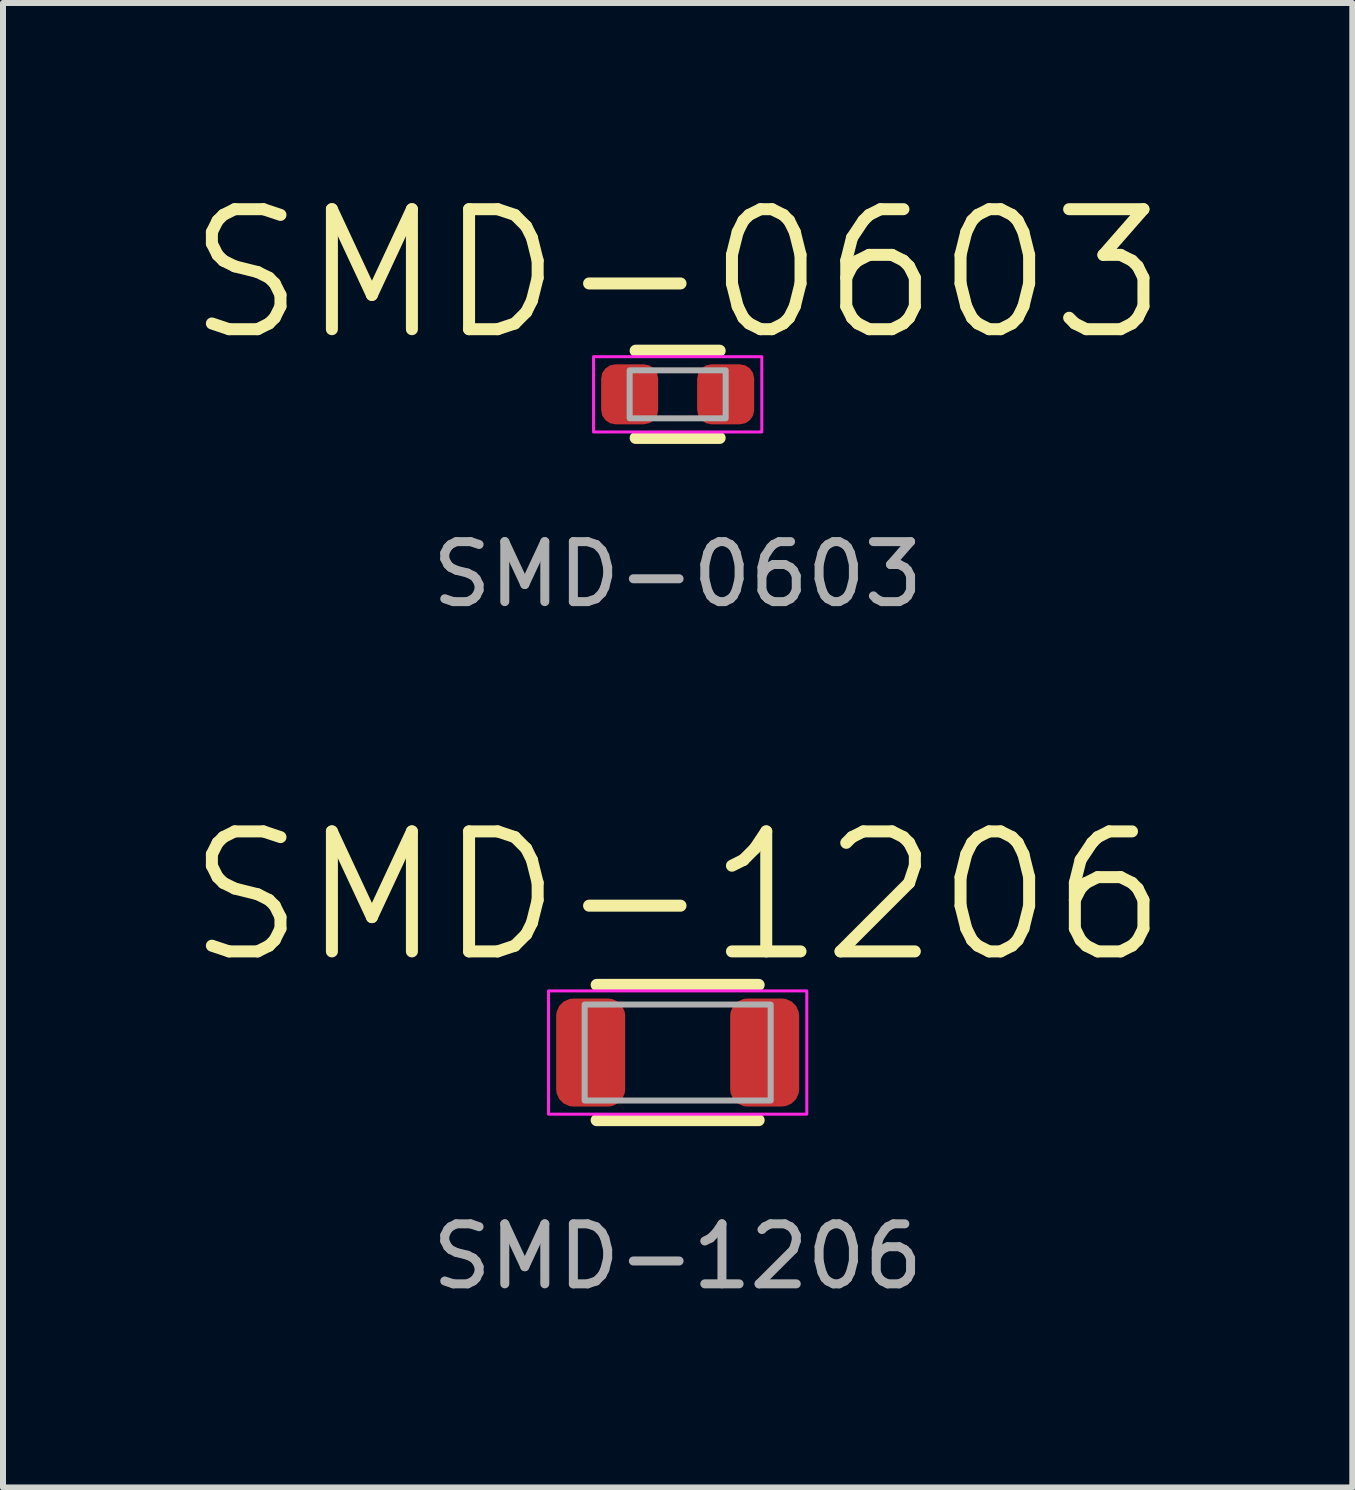
<source format=kicad_pcb>
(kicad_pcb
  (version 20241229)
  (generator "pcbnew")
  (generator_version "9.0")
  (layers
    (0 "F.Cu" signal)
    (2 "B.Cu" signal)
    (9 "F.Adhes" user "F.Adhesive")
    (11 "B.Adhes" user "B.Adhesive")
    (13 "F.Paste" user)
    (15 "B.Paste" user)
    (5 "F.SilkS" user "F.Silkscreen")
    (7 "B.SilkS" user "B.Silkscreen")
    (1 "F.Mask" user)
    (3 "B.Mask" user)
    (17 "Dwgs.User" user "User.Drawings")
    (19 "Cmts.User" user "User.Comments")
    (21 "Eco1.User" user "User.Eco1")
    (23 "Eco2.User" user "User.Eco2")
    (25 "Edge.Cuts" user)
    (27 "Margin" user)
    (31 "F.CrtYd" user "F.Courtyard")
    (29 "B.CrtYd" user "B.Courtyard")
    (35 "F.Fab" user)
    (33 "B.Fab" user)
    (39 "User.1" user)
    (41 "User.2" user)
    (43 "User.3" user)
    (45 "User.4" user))
  (footprint "SMD-1206"
    (layer "F.Cu")
    (at 8.243 14.49)
    (property "Reference" "SMD-1206" (at 0 -2.6 0) (unlocked yes) (layer "F.SilkS") (effects (font (size 2 2) (thickness 0.2) (bold yes))))
    (property "Description" "" (at 0 0 0) (unlocked yes) (layer "F.Fab") (effects (font (size 1 1) (thickness 0.15))))
    (attr smd)
    (fp_line (start 1.35 -1.127) (end -1.35 -1.127) (stroke (width 0.2) (type default)) (layer "F.SilkS"))
    (fp_line (start 1.35 1.127) (end -1.35 1.127) (stroke (width 0.2) (type default)) (layer "F.SilkS"))
    (fp_rect (start -2.152 -1.027) (end 2.152 1.027) (stroke (width 0.05) (type default)) (fill no) (layer "F.CrtYd"))
    (fp_rect (start -1.55 0.8) (end 1.55 -0.8) (stroke (width 0.1) (type default)) (fill no) (layer "F.Fab"))
    (fp_text user "${REFERENCE}" (at 0 3.4 0) (unlocked yes) (layer "F.Fab") (effects (font (size 1 1) (thickness 0.15))))
    (pad "1" smd roundrect (at -1.45 0) (size 1.15 1.8) (layers "F.Cu" "F.Mask" "F.Paste") (roundrect_rratio 0.25))
    (pad "2" smd roundrect (at 1.45 0) (size 1.15 1.8) (layers "F.Cu" "F.Mask" "F.Paste") (roundrect_rratio 0.25))
    (zone (net_name "") (layers "F.Cu" "B.Cu") (hatch full 0.1) (connect_pads) (min_thickness 0.25) (filled_areas_thickness no) (keepout (tracks allowed) (vias allowed) (pads allowed) (copperpour not_allowed) (footprints allowed)) (placement (enabled no)) (fill) (polygon (pts (xy 6.793 13.59) (xy 6.793 15.39) (xy 9.693 15.39) (xy 9.693 13.59)))))
  (footprint "SMD-0603"
    (layer "F.Cu")
    (at 8.243 3.521)
    (property "Reference" "SMD-0603" (at 0 -2 0) (unlocked yes) (layer "F.SilkS") (effects (font (size 2 2) (thickness 0.2) (bold yes))))
    (property "Description" "" (at 0 0 0) (unlocked yes) (layer "F.Fab") (effects (font (size 1 1) (thickness 0.15))))
    (attr smd)
    (fp_line (start 0.7 -0.727) (end -0.7 -0.727) (stroke (width 0.2) (type default)) (layer "F.SilkS"))
    (fp_line (start 0.7 0.727) (end -0.7 0.727) (stroke (width 0.2) (type default)) (layer "F.SilkS"))
    (fp_rect (start -1.402 -0.627) (end 1.402 0.627) (stroke (width 0.05) (type default)) (fill no) (layer "F.CrtYd"))
    (fp_rect (start -0.8 0.4) (end 0.8 -0.4) (stroke (width 0.1) (type default)) (fill no) (layer "F.Fab"))
    (fp_text user "${REFERENCE}" (at 0 3 0) (unlocked yes) (layer "F.Fab") (effects (font (size 1 1) (thickness 0.15))))
    (pad "1" smd roundrect (at -0.8 0) (size 0.95 1) (layers "F.Cu" "F.Mask" "F.Paste") (roundrect_rratio 0.25))
    (pad "2" smd roundrect (at 0.8 0) (size 0.95 1) (layers "F.Cu" "F.Mask" "F.Paste") (roundrect_rratio 0.25))
    (zone (net_name "") (layers "F.Cu" "B.Cu") (hatch full 0.1) (connect_pads) (min_thickness 0.25) (filled_areas_thickness no) (keepout (tracks allowed) (vias allowed) (pads allowed) (copperpour not_allowed) (footprints allowed)) (placement (enabled no)) (fill) (polygon (pts (xy 7.443 3.021) (xy 7.443 4.021) (xy 9.043 4.021) (xy 9.043 3.021)))))
  (gr_rect
    (start -3 -3)
    (end 19.486 21.738)
    (stroke (width 0.1) (type default))
    (fill no)
    (layer "Edge.Cuts")))
</source>
